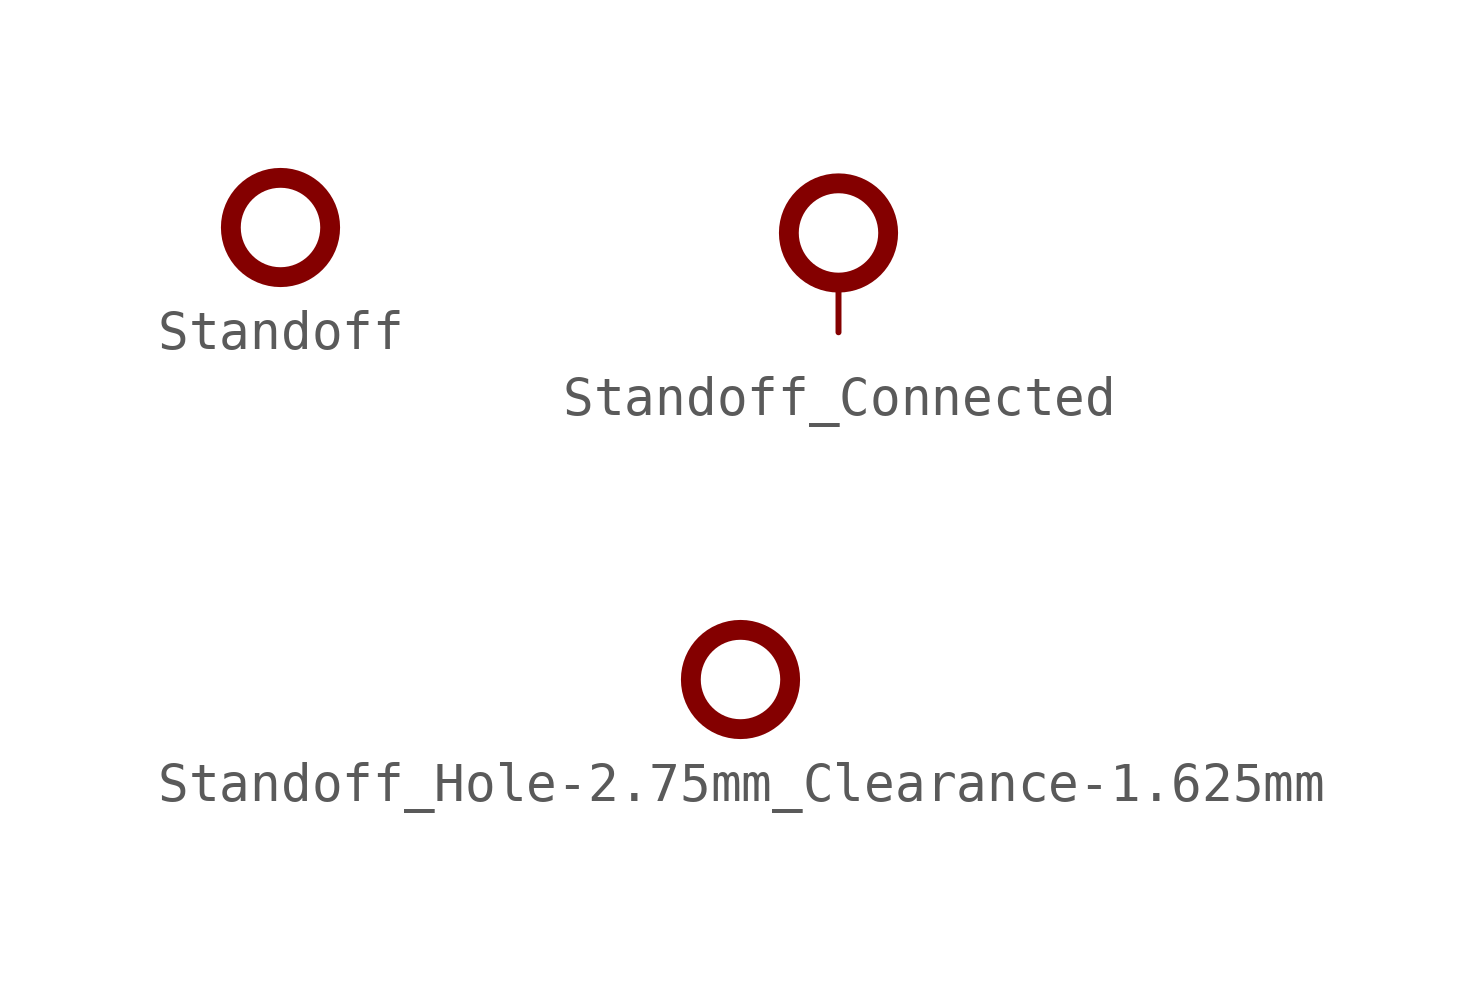
<source format=kicad_sym>
(kicad_symbol_lib
  (version 20241209)
  (generator "kicad_symbol_editor")
  (generator_version "9.0")
  (symbol "Standoff"
    (property "Reference" "ST"
      (at 0 2.54 0)
      (effects (font (size 1.27 1.27)) (hide yes)))
    (symbol "Standoff_1_1"
      (circle (center 0 0) (radius 1.27) (stroke (width 0.508) (type default)) (fill (type none)))))
  (symbol "Standoff_Connected"
    (pin_numbers
      (hide yes))
    (pin_names
      (hide yes))
    (property "Reference" "ST"
      (at 0 2.54 0)
      (effects (font (size 1.27 1.27)) (hide yes)))
    (symbol "Standoff_Connected_1_1"
      (circle (center 0 0) (radius 1.27) (stroke (width 0.508) (type default)) (fill (type none)))
      (pin passive line (at 0 -2.54 90) (length 1.27) (name "1" (effects (font (size 1.27 1.27)))) (number "1" (effects (font (size 1.27 1.27)))))))
  (symbol "Standoff_Hole-2.75mm_Clearance-1.625mm"
    (property "Reference" "ST"
      (at 0 2.54 0)
      (effects (font (size 1.27 1.27)) (hide yes)))
    (symbol "Standoff_Hole-2.75mm_Clearance-1.625mm_1_1"
      (circle (center 0 0) (radius 1.27) (stroke (width 0.508) (type default)) (fill (type none))))))
</source>
